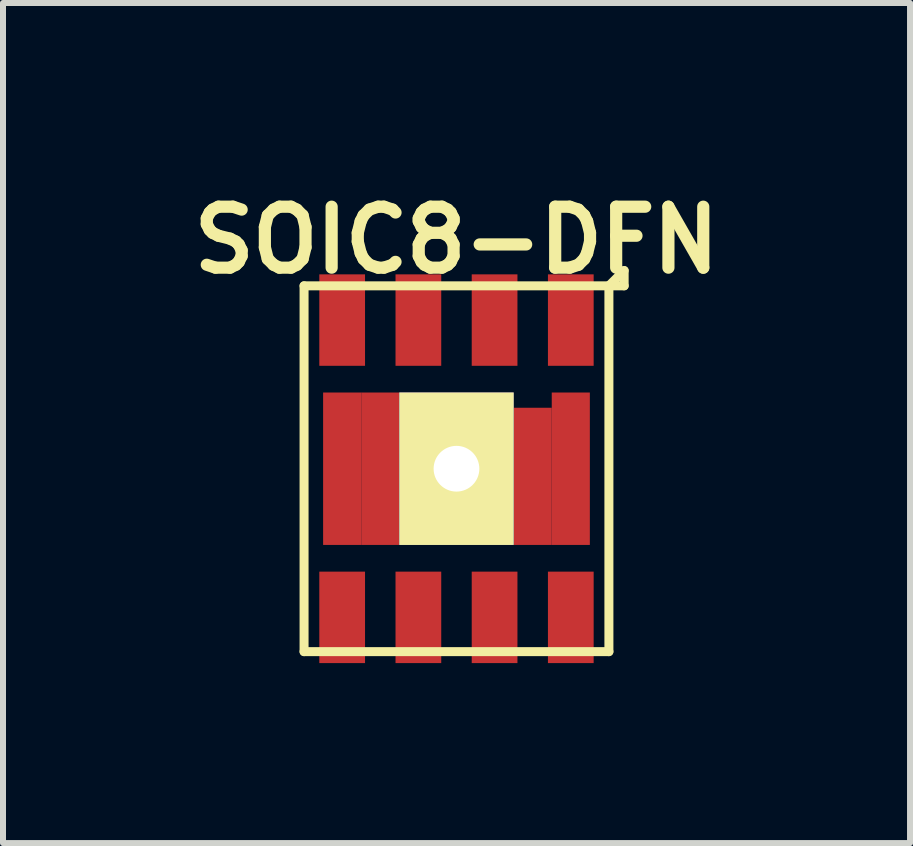
<source format=kicad_pcb>
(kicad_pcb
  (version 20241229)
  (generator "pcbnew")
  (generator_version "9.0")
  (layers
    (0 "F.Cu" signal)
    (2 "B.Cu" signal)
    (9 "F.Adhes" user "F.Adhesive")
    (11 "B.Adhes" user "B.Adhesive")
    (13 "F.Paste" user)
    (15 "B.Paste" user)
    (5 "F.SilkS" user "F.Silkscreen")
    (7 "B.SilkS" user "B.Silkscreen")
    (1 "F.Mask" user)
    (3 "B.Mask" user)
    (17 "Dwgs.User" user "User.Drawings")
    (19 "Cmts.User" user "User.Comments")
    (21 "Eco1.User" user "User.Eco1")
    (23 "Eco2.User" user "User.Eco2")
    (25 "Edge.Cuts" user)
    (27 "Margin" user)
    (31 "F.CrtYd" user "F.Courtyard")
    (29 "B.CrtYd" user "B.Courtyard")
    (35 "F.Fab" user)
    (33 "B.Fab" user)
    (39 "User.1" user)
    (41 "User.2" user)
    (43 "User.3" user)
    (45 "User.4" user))
  (footprint "SOIC8-DFN"
    (layer "F.Cu")
    (at 4.557 4.761)
    (property "Reference" "SOIC8-DFN" (at 0 -3.81 0) (layer "F.SilkS") (effects (font (size 1.016 1.016) (thickness 0.203))))
    (attr smd)
    (fp_line (start -2.54 -3.048) (end 2.54 -3.048) (stroke (width 0.15) (type solid)) (layer "F.SilkS"))
    (fp_line (start -2.54 3.048) (end -2.54 -3.048) (stroke (width 0.15) (type solid)) (layer "F.SilkS"))
    (fp_line (start 2.54 -3.048) (end 2.54 3.048) (stroke (width 0.15) (type solid)) (layer "F.SilkS"))
    (fp_line (start 2.54 -3.048) (end 2.794 -3.302) (stroke (width 0.15) (type solid)) (layer "F.SilkS"))
    (fp_line (start 2.54 3.048) (end -2.54 3.048) (stroke (width 0.15) (type solid)) (layer "F.SilkS"))
    (fp_line (start 2.794 -3.302) (end 2.794 -3.048) (stroke (width 0.15) (type solid)) (layer "F.SilkS"))
    (fp_line (start 2.794 -3.048) (end 2.54 -3.048) (stroke (width 0.15) (type solid)) (layer "F.SilkS"))
    (pad "1" smd rect (at 1.905 -2.477) (size 0.762 1.524) (layers "F.Cu" "F.Mask" "F.Paste"))
    (pad "2" smd rect (at 0.635 -2.477) (size 0.762 1.524) (layers "F.Cu" "F.Mask" "F.Paste"))
    (pad "3" smd rect (at -0.635 -2.477) (size 0.762 1.524) (layers "F.Cu" "F.Mask" "F.Paste"))
    (pad "4" smd rect (at -1.905 -2.477) (size 0.762 1.524) (layers "F.Cu" "F.Mask" "F.Paste"))
    (pad "5" smd rect (at -1.905 2.477) (size 0.762 1.524) (layers "F.Cu" "F.Mask" "F.Paste"))
    (pad "6" smd rect (at -0.635 2.477) (size 0.762 1.524) (layers "F.Cu" "F.Mask" "F.Paste"))
    (pad "7" smd rect (at 0.635 2.477) (size 0.762 1.524) (layers "F.Cu" "F.Mask" "F.Paste"))
    (pad "8" smd rect (at 1.905 2.477) (size 0.762 1.524) (layers "F.Cu" "F.Mask" "F.Paste"))
    (pad "9" smd rect (at -1.905 0) (size 0.635 2.54) (layers "F.Cu" "F.Mask" "F.Paste"))
    (pad "9" smd rect (at -1.27 0) (size 0.635 2.54) (layers "F.Cu" "F.Mask" "F.Paste"))
    (pad "9" thru_hole rect (at 0 0) (size 1.905 2.54) (drill 0.762) (layers "*.Mask" "F.Cu" "F.SilkS"))
    (pad "9" smd rect (at 1.27 0.127) (size 0.635 2.286) (layers "F.Cu" "F.Mask" "F.Paste"))
    (pad "9" smd rect (at 1.905 0) (size 0.635 2.54) (layers "F.Cu" "F.Mask" "F.Paste")))
  (gr_rect
    (start -3 -3)
    (end 12.115 10.999)
    (stroke (width 0.1) (type default))
    (fill no)
    (layer "Edge.Cuts")))
</source>
